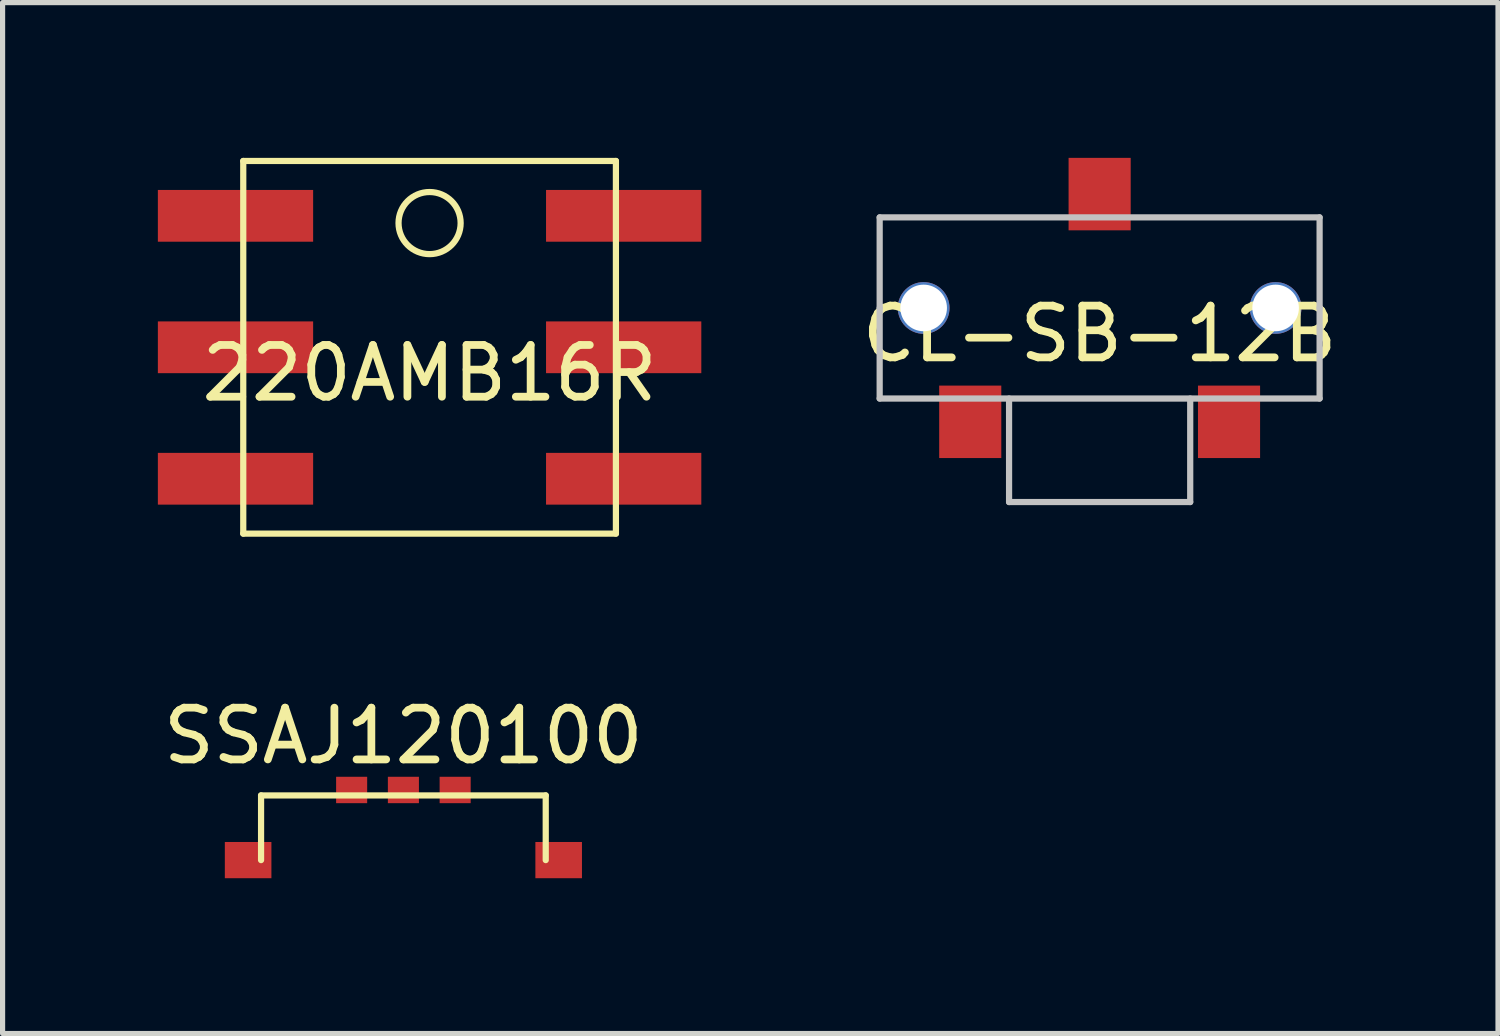
<source format=kicad_pcb>
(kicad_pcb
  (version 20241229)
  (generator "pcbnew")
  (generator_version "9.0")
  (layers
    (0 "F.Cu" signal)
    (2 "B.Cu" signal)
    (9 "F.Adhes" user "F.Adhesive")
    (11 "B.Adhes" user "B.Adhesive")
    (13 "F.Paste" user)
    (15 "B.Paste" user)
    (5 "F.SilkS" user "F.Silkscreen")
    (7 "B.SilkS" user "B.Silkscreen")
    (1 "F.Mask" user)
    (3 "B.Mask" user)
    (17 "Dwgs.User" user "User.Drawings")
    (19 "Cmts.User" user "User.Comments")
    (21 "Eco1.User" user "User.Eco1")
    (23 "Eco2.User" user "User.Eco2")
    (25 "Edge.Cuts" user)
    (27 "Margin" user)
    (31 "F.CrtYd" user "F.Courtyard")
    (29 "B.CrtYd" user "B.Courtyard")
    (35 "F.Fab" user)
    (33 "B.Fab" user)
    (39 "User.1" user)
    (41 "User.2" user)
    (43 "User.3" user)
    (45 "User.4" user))
  (footprint "SSAJ120100"
    (layer "F.Cu")
    (at 4.744 13.568)
    (property "Reference" "SSAJ120100" (at 0 -2.4 0) (layer "F.SilkS") (effects (font (size 1 1) (thickness 0.15))))
    (attr smd)
    (fp_line (start -2.75 -1.25) (end 2.75 -1.25) (stroke (width 0.12) (type solid)) (layer "F.SilkS"))
    (fp_line (start -2.75 0) (end -2.75 -1.25) (stroke (width 0.12) (type solid)) (layer "F.SilkS"))
    (fp_line (start 2.75 -1.25) (end 2.75 0) (stroke (width 0.12) (type solid)) (layer "F.SilkS"))
    (pad "1" smd rect (at -1 -1.355) (size 0.6 0.51) (layers "F.Cu" "F.Mask" "F.Paste"))
    (pad "2" smd rect (at 0 -1.355) (size 0.6 0.51) (layers "F.Cu" "F.Mask" "F.Paste"))
    (pad "3" smd rect (at 1 -1.355) (size 0.6 0.51) (layers "F.Cu" "F.Mask" "F.Paste"))
    (pad "MP" smd rect (at -3 0) (size 0.9 0.7) (layers "F.Cu" "F.Mask" "F.Paste"))
    (pad "MP" smd rect (at 3 0) (size 0.9 0.7) (layers "F.Cu" "F.Mask" "F.Paste")))
  (footprint "CL-SB-12B"
    (layer "F.Cu")
    (at 18.196 2.9)
    (property "Reference" "CL-SB-12B" (at 0 0.5 0) (layer "F.SilkS") (effects (font (size 1 1) (thickness 0.15))))
    (attr through_hole)
    (fp_line (start -4.25 -1.75) (end -4.25 0) (stroke (width 0.12) (type solid)) (layer "Dwgs.User"))
    (fp_line (start -4.25 0) (end -4.25 1.75) (stroke (width 0.12) (type solid)) (layer "Dwgs.User"))
    (fp_line (start -4.25 1.75) (end 4.25 1.75) (stroke (width 0.12) (type solid)) (layer "Dwgs.User"))
    (fp_line (start -1.75 1.75) (end -1.75 3.75) (stroke (width 0.12) (type solid)) (layer "Dwgs.User"))
    (fp_line (start 1.75 3.75) (end -1.75 3.75) (stroke (width 0.12) (type solid)) (layer "Dwgs.User"))
    (fp_line (start 1.75 3.75) (end 1.75 1.75) (stroke (width 0.12) (type solid)) (layer "Dwgs.User"))
    (fp_line (start 4.25 -1.75) (end -4.25 -1.75) (stroke (width 0.12) (type solid)) (layer "Dwgs.User"))
    (fp_line (start 4.25 0) (end 4.25 -1.75) (stroke (width 0.12) (type solid)) (layer "Dwgs.User"))
    (fp_line (start 4.25 1.75) (end 4.25 0) (stroke (width 0.12) (type solid)) (layer "Dwgs.User"))
    (pad "" np_thru_hole circle (at -3.4 0) (size 1 1) (drill 0.9) (layers "*.Cu" "*.Mask"))
    (pad "" np_thru_hole circle (at 3.4 0) (size 1 1) (drill 0.9) (layers "*.Cu" "*.Mask"))
    (pad "1" smd rect (at -2.5 2.2) (size 1.2 1.4) (layers "F.Cu" "F.Mask" "F.Paste"))
    (pad "2" smd rect (at 0 -2.2) (size 1.2 1.4) (layers "F.Cu" "F.Mask" "F.Paste"))
    (pad "3" smd rect (at 2.5 2.2) (size 1.2 1.4) (layers "F.Cu" "F.Mask" "F.Paste")))
  (footprint "220AMB16R"
    (layer "F.Cu")
    (at 5.25 3.66)
    (property "Reference" "220AMB16R" (at 0 0.5 0) (layer "F.SilkS") (effects (font (size 1 1) (thickness 0.15))))
    (attr through_hole)
    (fp_line (start -3.6 -3.6) (end 3.6 -3.6) (stroke (width 0.12) (type solid)) (layer "F.SilkS"))
    (fp_line (start -3.6 3.6) (end -3.6 -3.6) (stroke (width 0.12) (type solid)) (layer "F.SilkS"))
    (fp_line (start 3.6 -3.6) (end 3.6 3.6) (stroke (width 0.12) (type solid)) (layer "F.SilkS"))
    (fp_line (start 3.6 3.6) (end -3.6 3.6) (stroke (width 0.12) (type solid)) (layer "F.SilkS"))
    (fp_circle (center 0 -2.4) (end 0 -1.8) (stroke (width 0.12) (type solid)) (fill no) (layer "F.SilkS"))
    (pad "1" smd rect (at -3.75 -2.54) (size 3 1) (layers "F.Cu" "F.Mask" "F.Paste"))
    (pad "2" smd rect (at 3.75 2.54) (size 3 1) (layers "F.Cu" "F.Mask" "F.Paste"))
    (pad "4" smd rect (at -3.75 2.54) (size 3 1) (layers "F.Cu" "F.Mask" "F.Paste"))
    (pad "8" smd rect (at 3.75 -2.54) (size 3 1) (layers "F.Cu" "F.Mask" "F.Paste"))
    (pad "C" smd rect (at -3.75 0) (size 3 1) (layers "F.Cu" "F.Mask" "F.Paste"))
    (pad "C" smd rect (at 3.75 0) (size 3 1) (layers "F.Cu" "F.Mask" "F.Paste")))
  (gr_rect
    (start -3 -3)
    (end 25.893 16.918)
    (stroke (width 0.1) (type default))
    (fill no)
    (layer "Edge.Cuts")))
</source>
